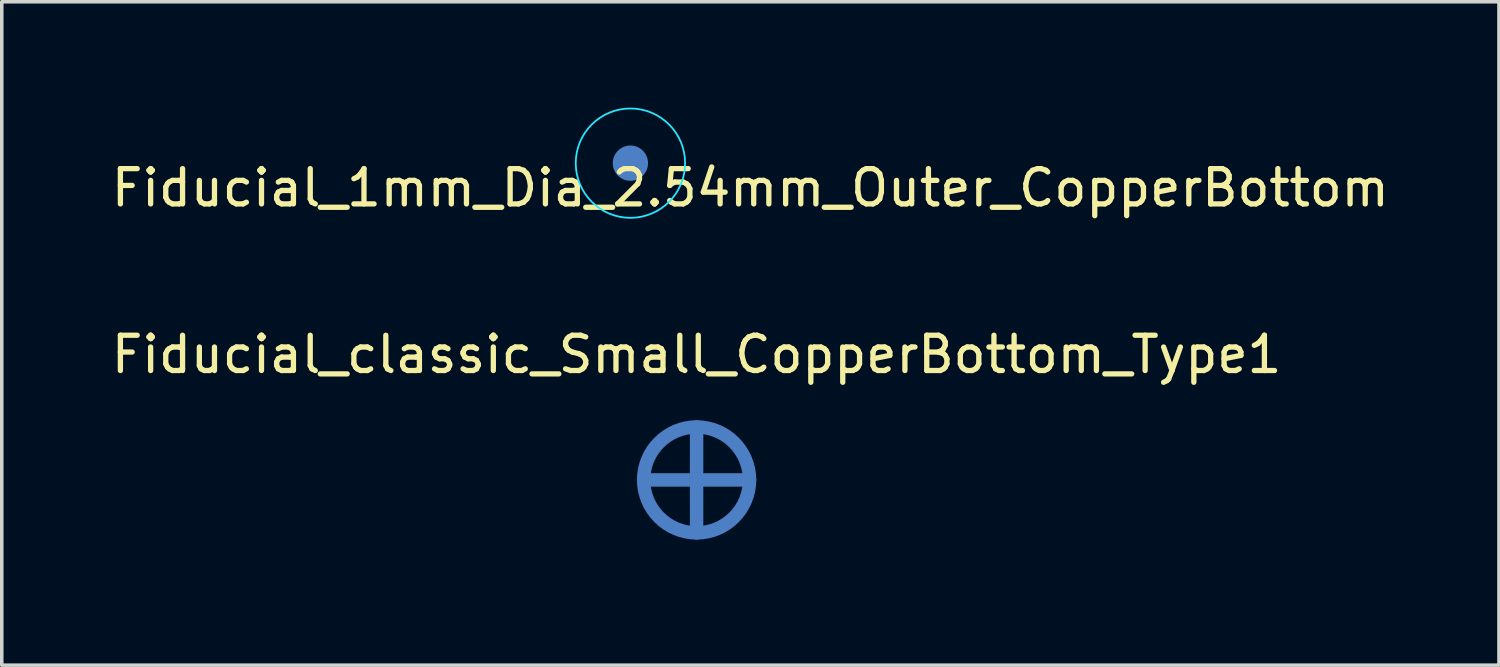
<source format=kicad_pcb>
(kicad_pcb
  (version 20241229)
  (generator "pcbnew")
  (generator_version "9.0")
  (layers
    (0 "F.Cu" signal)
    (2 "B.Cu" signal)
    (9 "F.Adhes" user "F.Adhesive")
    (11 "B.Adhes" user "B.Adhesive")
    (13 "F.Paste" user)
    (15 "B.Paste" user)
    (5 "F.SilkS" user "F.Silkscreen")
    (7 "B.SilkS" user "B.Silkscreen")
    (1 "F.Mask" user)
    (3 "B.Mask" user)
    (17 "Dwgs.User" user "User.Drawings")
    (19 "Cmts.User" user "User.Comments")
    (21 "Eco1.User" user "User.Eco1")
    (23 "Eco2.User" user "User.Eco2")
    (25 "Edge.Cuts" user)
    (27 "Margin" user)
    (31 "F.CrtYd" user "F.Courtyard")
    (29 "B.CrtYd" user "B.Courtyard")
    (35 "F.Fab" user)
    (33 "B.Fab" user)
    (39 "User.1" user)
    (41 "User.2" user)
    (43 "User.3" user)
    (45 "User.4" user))
  (footprint "Fiducial_1mm_Dia_2.54mm_Outer_CopperBottom"
    (layer "F.Cu")
    (at 14.82 1.575)
    (property "Reference" "Fiducial_1mm_Dia_2.54mm_Outer_CopperBottom" (at 3.4 0.7 0) (layer "F.SilkS") (effects (font (size 1 1) (thickness 0.15))))
    (attr exclude_from_pos_files exclude_from_bom)
    (fp_circle (center 0 0) (end 1.55 0) (stroke (width 0.05) (type solid)) (fill no) (layer "B.CrtYd"))
    (pad "~" smd circle (at 0 0) (size 1 1) (layers "B.Cu" "B.Mask")))
  (footprint "Fiducial_classic_Small_CopperBottom_Type1"
    (layer "F.Cu")
    (at 16.696 10.554)
    (property "Reference" "Fiducial_classic_Small_CopperBottom_Type1" (at 0 -3.556 0) (layer "F.SilkS") (effects (font (size 1 1) (thickness 0.15))))
    (attr through_hole)
    (fp_line (start -1.501 0) (end 1.501 0) (stroke (width 0.381) (type solid)) (layer "B.Cu"))
    (fp_line (start 0 -1.501) (end 0 1.501) (stroke (width 0.381) (type solid)) (layer "B.Cu"))
    (fp_circle (center 0 0) (end 1.501 0) (stroke (width 0.381) (type solid)) (fill no) (layer "B.Cu"))
    (pad "" smd circle (at 0 0) (size 4.501 4.501) (layers "B.Mask")))
  (gr_rect
    (start -3 -3)
    (end 39.44 15.805)
    (stroke (width 0.1) (type default))
    (fill no)
    (layer "Edge.Cuts")))
</source>
